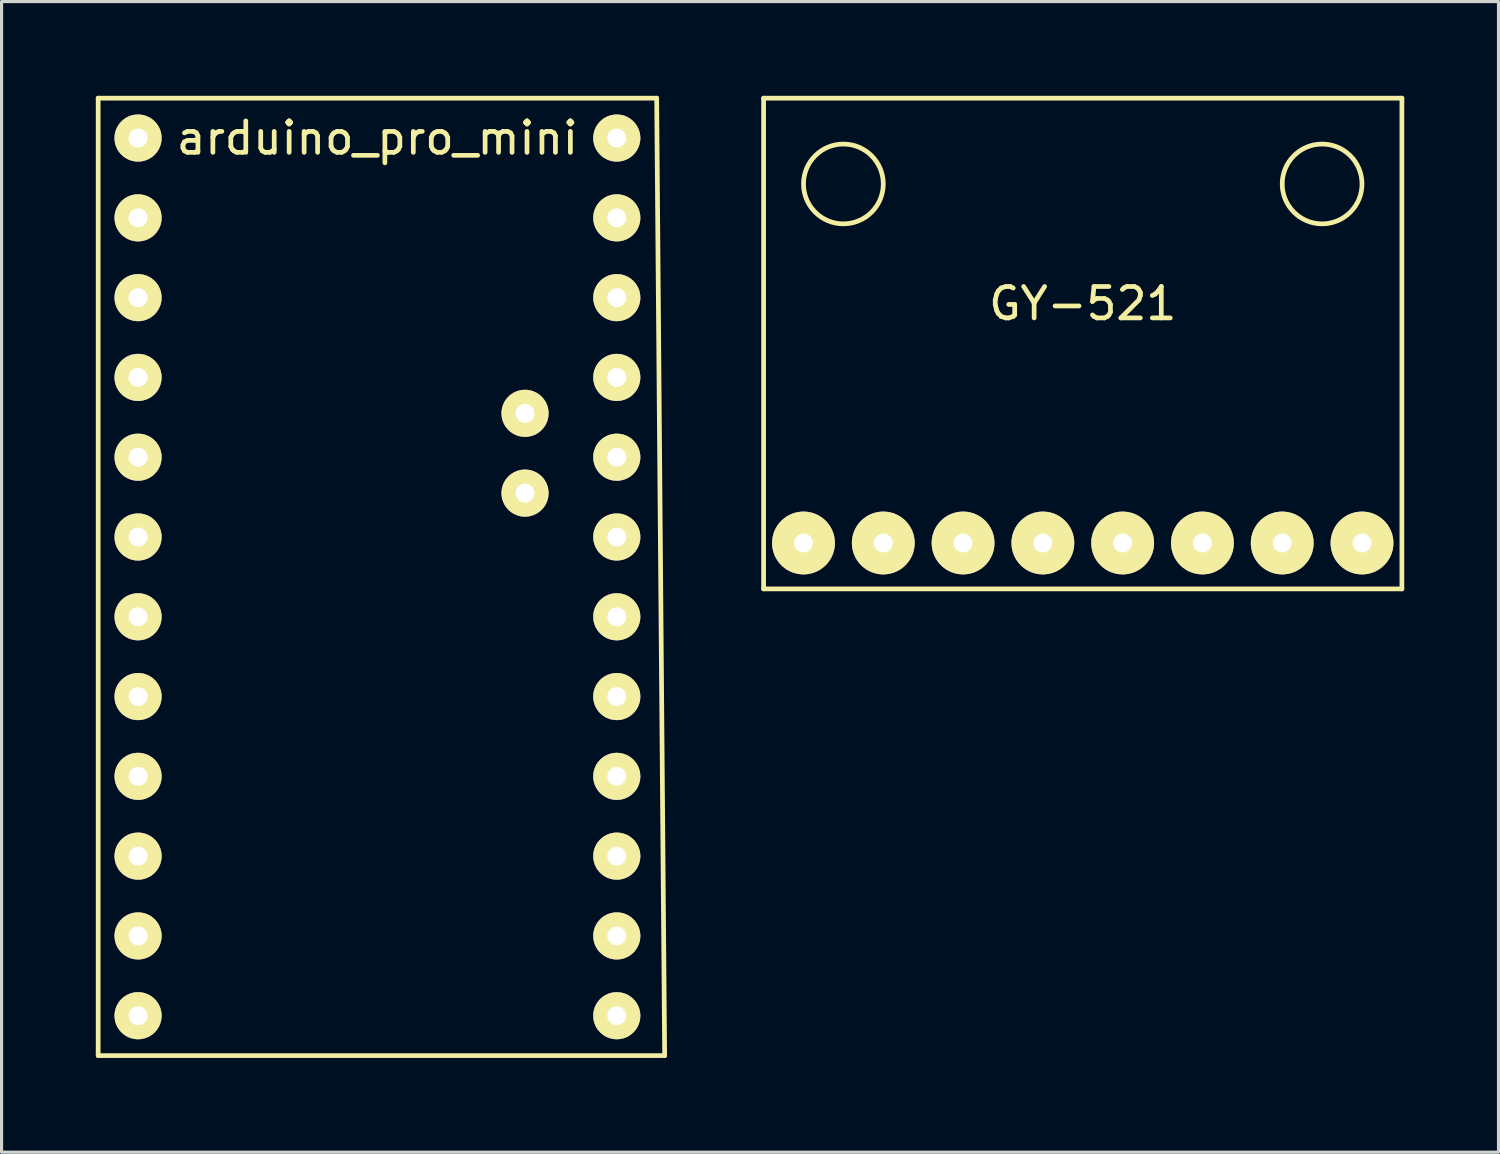
<source format=kicad_pcb>
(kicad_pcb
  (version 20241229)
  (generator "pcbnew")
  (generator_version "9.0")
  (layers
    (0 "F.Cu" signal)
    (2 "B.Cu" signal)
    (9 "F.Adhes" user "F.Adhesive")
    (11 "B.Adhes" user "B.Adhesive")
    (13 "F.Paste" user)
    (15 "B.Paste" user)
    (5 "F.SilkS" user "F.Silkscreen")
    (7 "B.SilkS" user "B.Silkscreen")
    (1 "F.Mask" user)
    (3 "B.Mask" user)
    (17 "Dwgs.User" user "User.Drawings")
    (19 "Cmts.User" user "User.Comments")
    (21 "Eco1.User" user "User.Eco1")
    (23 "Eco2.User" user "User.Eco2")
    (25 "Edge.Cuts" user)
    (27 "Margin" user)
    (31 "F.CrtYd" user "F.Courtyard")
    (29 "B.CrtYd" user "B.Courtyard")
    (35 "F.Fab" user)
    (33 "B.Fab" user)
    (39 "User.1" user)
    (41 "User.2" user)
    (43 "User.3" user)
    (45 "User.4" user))
  (footprint "arduino_pro_mini"
    (layer "F.Cu")
    (at 8.965 15.315)
    (property "Reference" "arduino_pro_mini" (at 0 -13.97 0) (layer "F.SilkS") (effects (font (size 1 1) (thickness 0.15))))
    (attr through_hole)
    (fp_line (start -8.89 -15.24) (end 8.89 -15.24) (stroke (width 0.15) (type solid)) (layer "F.SilkS"))
    (fp_line (start -8.89 15.24) (end -8.89 -15.24) (stroke (width 0.15) (type solid)) (layer "F.SilkS"))
    (fp_line (start 8.89 -15.24) (end 9.144 15.24) (stroke (width 0.15) (type solid)) (layer "F.SilkS"))
    (fp_line (start 9.144 15.24) (end -8.89 15.24) (stroke (width 0.15) (type solid)) (layer "F.SilkS"))
    (pad "1" thru_hole circle (at -7.62 -13.97) (size 1.5 1.5) (drill 0.6) (layers "*.Cu" "*.Mask" "F.SilkS"))
    (pad "2" thru_hole circle (at -7.62 -11.43) (size 1.5 1.5) (drill 0.6) (layers "*.Cu" "*.Mask" "F.SilkS"))
    (pad "3" thru_hole circle (at -7.62 -8.89) (size 1.5 1.5) (drill 0.6) (layers "*.Cu" "*.Mask" "F.SilkS"))
    (pad "4" thru_hole circle (at -7.62 -6.35) (size 1.5 1.5) (drill 0.6) (layers "*.Cu" "*.Mask" "F.SilkS"))
    (pad "5" thru_hole circle (at -7.62 -3.81) (size 1.5 1.5) (drill 0.6) (layers "*.Cu" "*.Mask" "F.SilkS"))
    (pad "6" thru_hole circle (at -7.62 -1.27) (size 1.5 1.5) (drill 0.6) (layers "*.Cu" "*.Mask" "F.SilkS"))
    (pad "7" thru_hole circle (at -7.62 1.27) (size 1.5 1.5) (drill 0.6) (layers "*.Cu" "*.Mask" "F.SilkS"))
    (pad "8" thru_hole circle (at -7.62 3.81) (size 1.5 1.5) (drill 0.6) (layers "*.Cu" "*.Mask" "F.SilkS"))
    (pad "9" thru_hole circle (at -7.62 6.35) (size 1.5 1.5) (drill 0.6) (layers "*.Cu" "*.Mask" "F.SilkS"))
    (pad "10" thru_hole circle (at -7.62 8.89) (size 1.5 1.5) (drill 0.6) (layers "*.Cu" "*.Mask" "F.SilkS"))
    (pad "11" thru_hole circle (at -7.62 11.43) (size 1.5 1.5) (drill 0.6) (layers "*.Cu" "*.Mask" "F.SilkS"))
    (pad "12" thru_hole circle (at -7.62 13.97) (size 1.5 1.5) (drill 0.6) (layers "*.Cu" "*.Mask" "F.SilkS"))
    (pad "13" thru_hole circle (at 7.62 13.97) (size 1.5 1.5) (drill 0.6) (layers "*.Cu" "*.Mask" "F.SilkS"))
    (pad "14" thru_hole circle (at 7.62 11.43) (size 1.5 1.5) (drill 0.6) (layers "*.Cu" "*.Mask" "F.SilkS"))
    (pad "15" thru_hole circle (at 7.62 8.89) (size 1.5 1.5) (drill 0.6) (layers "*.Cu" "*.Mask" "F.SilkS"))
    (pad "16" thru_hole circle (at 7.62 6.35) (size 1.5 1.5) (drill 0.6) (layers "*.Cu" "*.Mask" "F.SilkS"))
    (pad "17" thru_hole circle (at 7.62 3.81) (size 1.5 1.5) (drill 0.6) (layers "*.Cu" "*.Mask" "F.SilkS"))
    (pad "18" thru_hole circle (at 7.62 1.27) (size 1.5 1.5) (drill 0.6) (layers "*.Cu" "*.Mask" "F.SilkS"))
    (pad "19" thru_hole circle (at 7.62 -1.27) (size 1.5 1.5) (drill 0.6) (layers "*.Cu" "*.Mask" "F.SilkS"))
    (pad "20" thru_hole circle (at 7.62 -3.81) (size 1.5 1.5) (drill 0.6) (layers "*.Cu" "*.Mask" "F.SilkS"))
    (pad "21" thru_hole circle (at 7.62 -6.35) (size 1.5 1.5) (drill 0.6) (layers "*.Cu" "*.Mask" "F.SilkS"))
    (pad "22" thru_hole circle (at 7.62 -8.89) (size 1.5 1.5) (drill 0.6) (layers "*.Cu" "*.Mask" "F.SilkS"))
    (pad "23" thru_hole circle (at 7.62 -11.43) (size 1.5 1.5) (drill 0.6) (layers "*.Cu" "*.Mask" "F.SilkS"))
    (pad "24" thru_hole circle (at 7.62 -13.97) (size 1.5 1.5) (drill 0.6) (layers "*.Cu" "*.Mask" "F.SilkS"))
    (pad "25" thru_hole circle (at 4.699 -5.207) (size 1.5 1.5) (drill 0.6) (layers "*.Cu" "*.Mask" "F.SilkS"))
    (pad "26" thru_hole circle (at 4.699 -2.667) (size 1.5 1.5) (drill 0.6) (layers "*.Cu" "*.Mask" "F.SilkS")))
  (footprint "GY-521"
    (layer "F.Cu")
    (at 31.419 7.886)
    (property "Reference" "GY-521" (at 0 -1.27 0) (layer "F.SilkS") (effects (font (size 1 1) (thickness 0.15))))
    (attr through_hole)
    (fp_line (start -10.16 -7.811) (end 10.16 -7.811) (stroke (width 0.15) (type solid)) (layer "F.SilkS"))
    (fp_line (start -10.16 7.811) (end -10.16 -7.811) (stroke (width 0.15) (type solid)) (layer "F.SilkS"))
    (fp_line (start 10.16 -7.811) (end 10.16 7.811) (stroke (width 0.15) (type solid)) (layer "F.SilkS"))
    (fp_line (start 10.16 7.811) (end -10.16 7.811) (stroke (width 0.15) (type solid)) (layer "F.SilkS"))
    (fp_circle (center -7.62 -5.08) (end -6.35 -5.08) (stroke (width 0.15) (type solid)) (fill no) (layer "F.SilkS"))
    (fp_circle (center 7.62 -5.08) (end 8.89 -5.08) (stroke (width 0.15) (type solid)) (fill no) (layer "F.SilkS"))
    (pad "1" thru_hole circle (at -8.89 6.35) (size 2 2) (drill 0.6) (layers "*.Cu" "*.Mask" "F.SilkS"))
    (pad "2" thru_hole circle (at -6.35 6.35) (size 2 2) (drill 0.6) (layers "*.Cu" "*.Mask" "F.SilkS"))
    (pad "3" thru_hole circle (at -3.81 6.35) (size 2 2) (drill 0.6) (layers "*.Cu" "*.Mask" "F.SilkS"))
    (pad "4" thru_hole circle (at -1.27 6.35) (size 2 2) (drill 0.6) (layers "*.Cu" "*.Mask" "F.SilkS"))
    (pad "5" thru_hole circle (at 1.27 6.35) (size 2 2) (drill 0.6) (layers "*.Cu" "*.Mask" "F.SilkS"))
    (pad "6" thru_hole circle (at 3.81 6.35) (size 2 2) (drill 0.6) (layers "*.Cu" "*.Mask" "F.SilkS"))
    (pad "7" thru_hole circle (at 6.35 6.35) (size 2 2) (drill 0.6) (layers "*.Cu" "*.Mask" "F.SilkS"))
    (pad "8" thru_hole circle (at 8.89 6.35) (size 2 2) (drill 0.6) (layers "*.Cu" "*.Mask" "F.SilkS")))
  (gr_rect
    (start -3 -3)
    (end 44.654 33.63)
    (stroke (width 0.1) (type default))
    (fill no)
    (layer "Edge.Cuts")))
</source>
